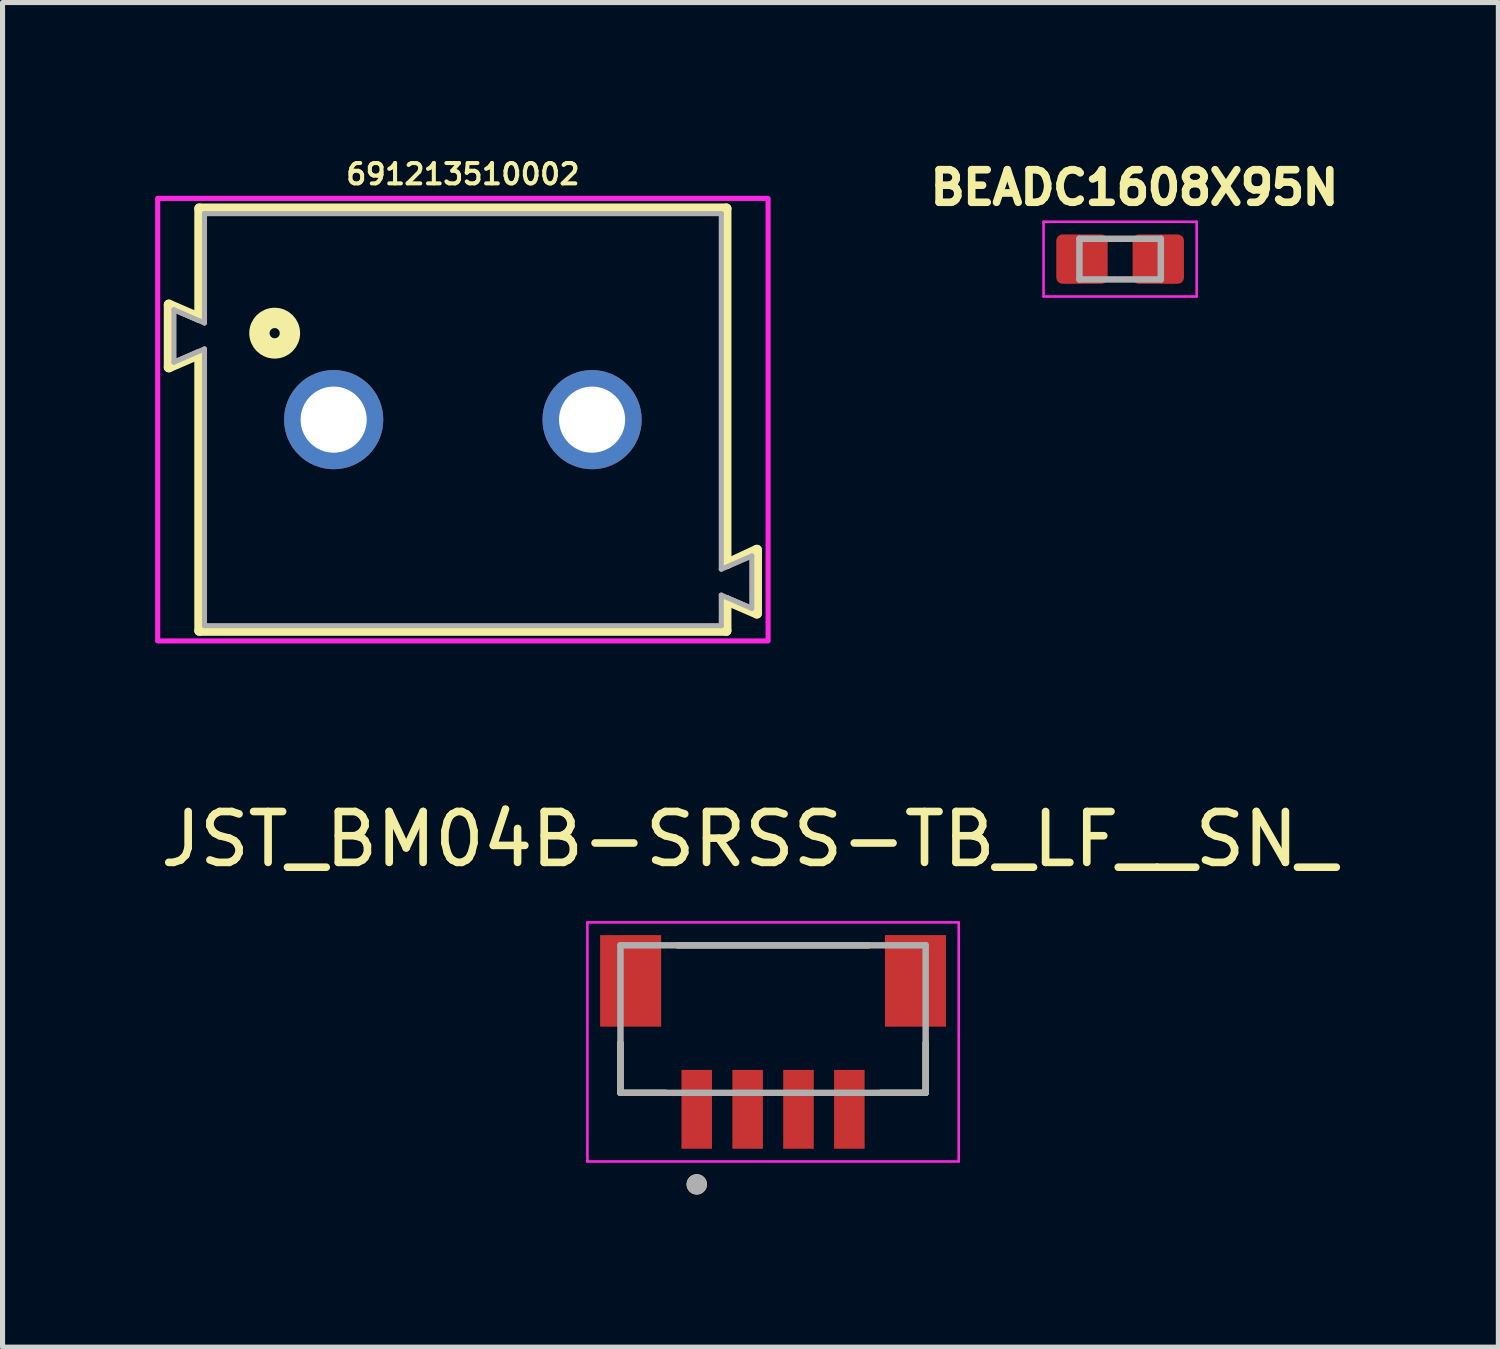
<source format=kicad_pcb>
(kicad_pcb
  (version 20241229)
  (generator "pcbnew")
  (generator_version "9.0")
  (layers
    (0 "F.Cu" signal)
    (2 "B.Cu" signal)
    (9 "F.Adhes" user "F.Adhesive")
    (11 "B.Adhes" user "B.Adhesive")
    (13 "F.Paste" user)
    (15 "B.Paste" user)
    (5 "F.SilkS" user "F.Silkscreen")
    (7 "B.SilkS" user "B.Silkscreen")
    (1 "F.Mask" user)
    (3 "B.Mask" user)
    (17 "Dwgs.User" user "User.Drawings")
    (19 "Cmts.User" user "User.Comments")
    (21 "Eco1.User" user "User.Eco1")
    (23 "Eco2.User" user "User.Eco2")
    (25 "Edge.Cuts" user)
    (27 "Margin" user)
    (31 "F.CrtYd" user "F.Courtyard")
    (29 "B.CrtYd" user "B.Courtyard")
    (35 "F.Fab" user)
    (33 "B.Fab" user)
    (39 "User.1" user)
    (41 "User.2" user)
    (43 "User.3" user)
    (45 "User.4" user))
  (footprint "691213510002"
    (layer "F.Cu")
    (at 6.05 5.2)
    (property "Reference" "691213510002" (at 0 -4.826 180) (layer "F.SilkS") (effects (font (size 0.4 0.4) (thickness 0.08))))
    (attr through_hole)
    (fp_line (start -5.78 -2.26) (end -5.18 -2) (stroke (width 0.2) (type solid)) (layer "F.SilkS"))
    (fp_line (start -5.78 -1.03) (end -5.78 -2.26) (stroke (width 0.2) (type solid)) (layer "F.SilkS"))
    (fp_line (start -5.18 -4.15) (end 5.18 -4.15) (stroke (width 0.2) (type solid)) (layer "F.SilkS"))
    (fp_line (start -5.18 -2) (end -5.18 -4.15) (stroke (width 0.2) (type solid)) (layer "F.SilkS"))
    (fp_line (start -5.18 -1.29) (end -5.78 -1.03) (stroke (width 0.2) (type solid)) (layer "F.SilkS"))
    (fp_line (start -5.18 4.15) (end -5.18 -1.29) (stroke (width 0.2) (type solid)) (layer "F.SilkS"))
    (fp_line (start 5.18 -4.15) (end 5.18 2.84) (stroke (width 0.2) (type solid)) (layer "F.SilkS"))
    (fp_line (start 5.18 2.84) (end 5.78 2.56) (stroke (width 0.2) (type solid)) (layer "F.SilkS"))
    (fp_line (start 5.18 3.55) (end 5.18 4.15) (stroke (width 0.2) (type solid)) (layer "F.SilkS"))
    (fp_line (start 5.18 4.15) (end -5.18 4.15) (stroke (width 0.2) (type solid)) (layer "F.SilkS"))
    (fp_line (start 5.78 2.56) (end 5.78 3.81) (stroke (width 0.2) (type solid)) (layer "F.SilkS"))
    (fp_line (start 5.78 3.81) (end 5.18 3.55) (stroke (width 0.2) (type solid)) (layer "F.SilkS"))
    (fp_circle (center -3.7 -1.7) (end -3.6 -1.7) (stroke (width 0.4) (type solid)) (fill no) (layer "F.SilkS"))
    (fp_poly (pts (xy -6 -4.35) (xy 6 -4.35) (xy 6 4.35) (xy -6 4.35)) (stroke (width 0.1) (type solid)) (fill no) (layer "F.CrtYd"))
    (fp_line (start -5.68 -2.16) (end -5.68 -1.13) (stroke (width 0.1) (type solid)) (layer "F.Fab"))
    (fp_line (start -5.68 -1.13) (end -5.08 -1.39) (stroke (width 0.1) (type solid)) (layer "F.Fab"))
    (fp_line (start -5.08 -4.05) (end -5.08 -1.9) (stroke (width 0.1) (type solid)) (layer "F.Fab"))
    (fp_line (start -5.08 -4.05) (end 5.08 -4.05) (stroke (width 0.1) (type solid)) (layer "F.Fab"))
    (fp_line (start -5.08 -1.9) (end -5.68 -2.16) (stroke (width 0.1) (type solid)) (layer "F.Fab"))
    (fp_line (start -5.08 -1.39) (end -5.08 4.05) (stroke (width 0.1) (type solid)) (layer "F.Fab"))
    (fp_line (start -5.08 4.05) (end 5.08 4.05) (stroke (width 0.1) (type solid)) (layer "F.Fab"))
    (fp_line (start 5.08 -4.05) (end 5.08 2.94) (stroke (width 0.1) (type solid)) (layer "F.Fab"))
    (fp_line (start 5.08 2.94) (end 5.68 2.68) (stroke (width 0.1) (type solid)) (layer "F.Fab"))
    (fp_line (start 5.08 3.45) (end 5.08 4.05) (stroke (width 0.1) (type solid)) (layer "F.Fab"))
    (fp_line (start 5.08 3.45) (end 5.68 3.71) (stroke (width 0.1) (type solid)) (layer "F.Fab"))
    (fp_line (start 5.68 2.68) (end 5.68 3.71) (stroke (width 0.1) (type solid)) (layer "F.Fab"))
    (pad "1" thru_hole circle (at -2.54 0) (size 1.95 1.95) (drill 1.3) (layers "*.Cu" "*.Mask"))
    (pad "2" thru_hole circle (at 2.54 0) (size 1.95 1.95) (drill 1.3) (layers "*.Cu" "*.Mask")))
  (footprint "BEADC1608X95N"
    (layer "F.Cu")
    (at 18.971 2.044)
    (property "Reference" "BEADC1608X95N" (at 0.282 -1.406 0) (layer "F.SilkS") (effects (font (size 0.64 0.64) (thickness 0.15))))
    (attr smd)
    (fp_line (start -1.505 -0.735) (end 1.505 -0.735) (stroke (width 0.05) (type solid)) (layer "F.CrtYd"))
    (fp_line (start -1.505 0.735) (end -1.505 -0.735) (stroke (width 0.05) (type solid)) (layer "F.CrtYd"))
    (fp_line (start -1.505 0.735) (end 1.505 0.735) (stroke (width 0.05) (type solid)) (layer "F.CrtYd"))
    (fp_line (start 1.505 0.735) (end 1.505 -0.735) (stroke (width 0.05) (type solid)) (layer "F.CrtYd"))
    (fp_line (start -0.8 0.4) (end -0.8 -0.4) (stroke (width 0.127) (type solid)) (layer "F.Fab"))
    (fp_line (start 0.8 -0.4) (end -0.8 -0.4) (stroke (width 0.127) (type solid)) (layer "F.Fab"))
    (fp_line (start 0.8 0.4) (end -0.8 0.4) (stroke (width 0.127) (type solid)) (layer "F.Fab"))
    (fp_line (start 0.8 0.4) (end 0.8 -0.4) (stroke (width 0.127) (type solid)) (layer "F.Fab"))
    (pad "1" smd roundrect (at -0.75 0) (size 1.01 0.97) (layers "F.Cu" "F.Mask" "F.Paste") (roundrect_rratio 0.125))
    (pad "2" smd roundrect (at 0.75 0) (size 1.01 0.97) (layers "F.Cu" "F.Mask" "F.Paste") (roundrect_rratio 0.125)))
  (footprint "JST_BM04B-SRSS-TB_LF__SN_"
    (layer "F.Cu")
    (at 12.148 16.984)
    (property "Reference" "JST_BM04B-SRSS-TB_LF__SN_" (at -0.475 -3.535 0) (layer "F.SilkS") (effects (font (size 1 1) (thickness 0.15))))
    (attr smd)
    (fp_line (start -3 1.45) (end -3 0.47) (stroke (width 0.127) (type solid)) (layer "F.SilkS"))
    (fp_line (start -2.12 1.45) (end -3 1.45) (stroke (width 0.127) (type solid)) (layer "F.SilkS"))
    (fp_line (start -1.88 -1.45) (end 1.88 -1.45) (stroke (width 0.127) (type solid)) (layer "F.SilkS"))
    (fp_line (start 3 1.45) (end 2.12 1.45) (stroke (width 0.127) (type solid)) (layer "F.SilkS"))
    (fp_line (start 3 1.45) (end 3 0.47) (stroke (width 0.127) (type solid)) (layer "F.SilkS"))
    (fp_circle (center -1.5 3.25) (end -1.4 3.25) (stroke (width 0.2) (type solid)) (fill no) (layer "F.SilkS"))
    (fp_line (start -3.65 -1.9) (end -3.65 2.8) (stroke (width 0.05) (type solid)) (layer "F.CrtYd"))
    (fp_line (start -3.65 2.8) (end 3.65 2.8) (stroke (width 0.05) (type solid)) (layer "F.CrtYd"))
    (fp_line (start 3.65 -1.9) (end -3.65 -1.9) (stroke (width 0.05) (type solid)) (layer "F.CrtYd"))
    (fp_line (start 3.65 2.8) (end 3.65 -1.9) (stroke (width 0.05) (type solid)) (layer "F.CrtYd"))
    (fp_line (start -3 -1.45) (end 3 -1.45) (stroke (width 0.127) (type solid)) (layer "F.Fab"))
    (fp_line (start -3 1.45) (end -3 -1.45) (stroke (width 0.127) (type solid)) (layer "F.Fab"))
    (fp_line (start 3 -1.45) (end 3 1.45) (stroke (width 0.127) (type solid)) (layer "F.Fab"))
    (fp_line (start 3 1.45) (end -3 1.45) (stroke (width 0.127) (type solid)) (layer "F.Fab"))
    (fp_circle (center -1.5 3.25) (end -1.4 3.25) (stroke (width 0.2) (type solid)) (fill no) (layer "F.Fab"))
    (pad "1" smd rect (at -1.5 1.775) (size 0.6 1.55) (layers "F.Cu" "F.Mask" "F.Paste"))
    (pad "2" smd rect (at -0.5 1.775) (size 0.6 1.55) (layers "F.Cu" "F.Mask" "F.Paste"))
    (pad "3" smd rect (at 0.5 1.775) (size 0.6 1.55) (layers "F.Cu" "F.Mask" "F.Paste"))
    (pad "4" smd rect (at 1.5 1.775) (size 0.6 1.55) (layers "F.Cu" "F.Mask" "F.Paste"))
    (pad "S1" smd rect (at -2.8 -0.75) (size 1.2 1.8) (layers "F.Cu" "F.Mask" "F.Paste"))
    (pad "S2" smd rect (at 2.8 -0.75) (size 1.2 1.8) (layers "F.Cu" "F.Mask" "F.Paste")))
  (gr_rect
    (start -3 -3)
    (end 26.407 23.434)
    (stroke (width 0.1) (type default))
    (fill no)
    (layer "Edge.Cuts")))
</source>
